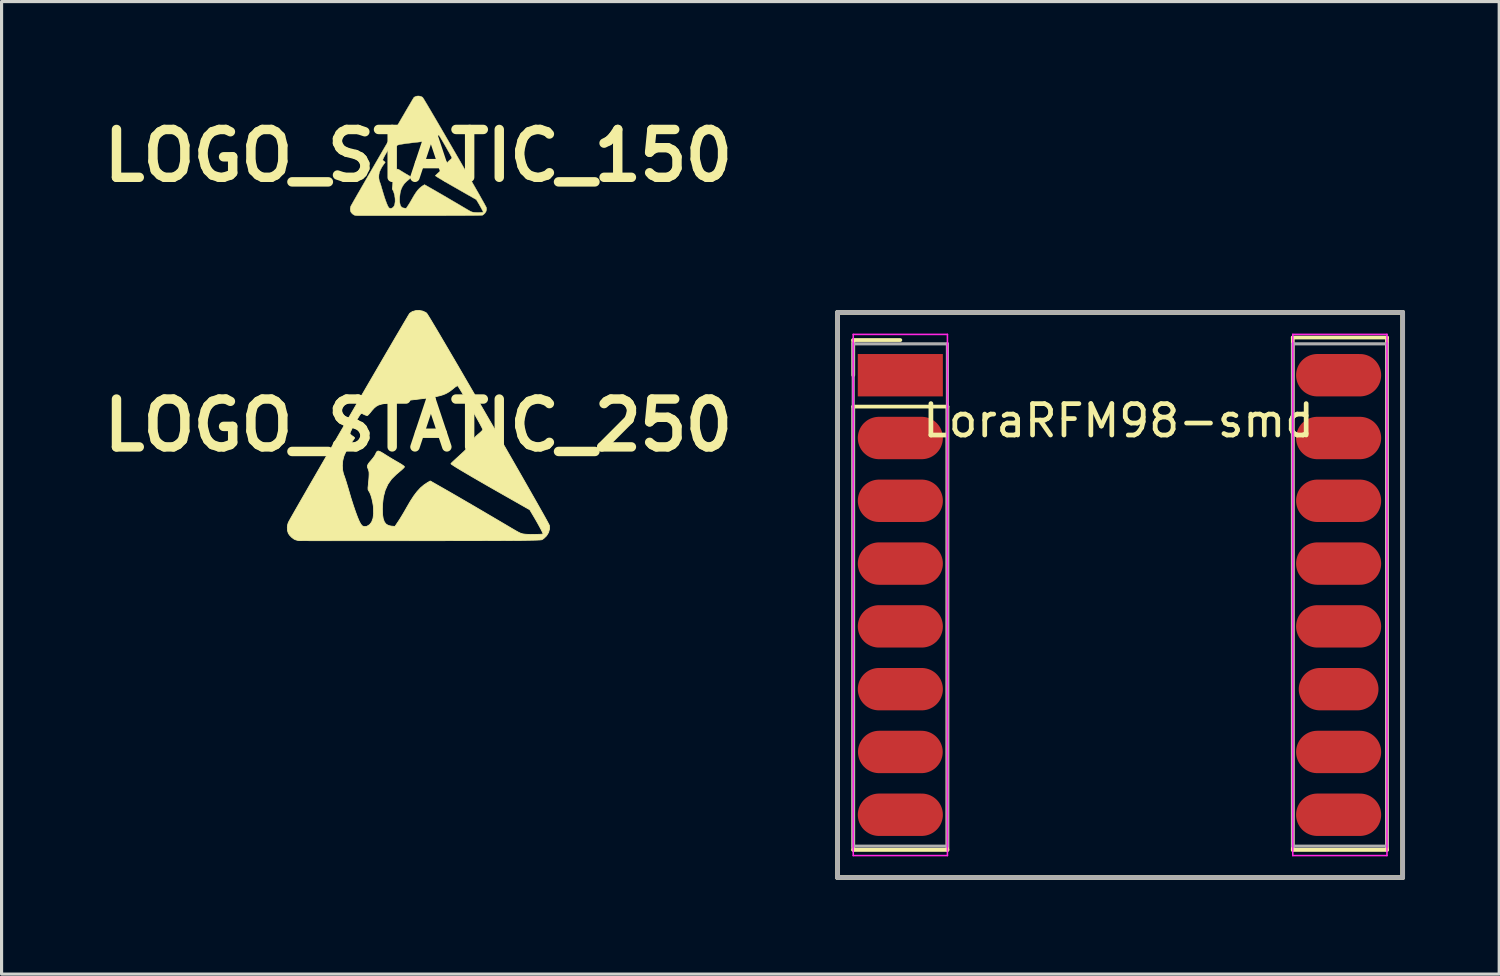
<source format=kicad_pcb>
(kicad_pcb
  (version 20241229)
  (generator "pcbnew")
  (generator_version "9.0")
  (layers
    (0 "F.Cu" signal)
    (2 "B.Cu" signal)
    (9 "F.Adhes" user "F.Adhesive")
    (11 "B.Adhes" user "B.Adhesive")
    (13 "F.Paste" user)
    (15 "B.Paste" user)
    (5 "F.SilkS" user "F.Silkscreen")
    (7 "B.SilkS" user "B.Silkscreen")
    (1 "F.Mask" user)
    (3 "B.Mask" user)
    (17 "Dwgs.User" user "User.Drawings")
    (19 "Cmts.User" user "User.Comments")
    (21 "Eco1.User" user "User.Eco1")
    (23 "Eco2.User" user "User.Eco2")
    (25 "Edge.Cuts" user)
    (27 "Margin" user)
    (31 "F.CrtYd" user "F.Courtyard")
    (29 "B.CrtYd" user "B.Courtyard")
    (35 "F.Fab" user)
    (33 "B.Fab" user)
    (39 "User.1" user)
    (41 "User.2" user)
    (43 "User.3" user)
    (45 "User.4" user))
  (footprint "LOGO_STATIC_250"
    (layer "F.Cu")
    (at 10.276 10.495)
    (property "Reference" "LOGO_STATIC_250" (at 0 0 0) (layer "F.SilkS") (effects (font (size 1.524 1.524) (thickness 0.3))))
    (attr through_hole)
    (fp_poly (pts (xy 4.177 3.303) (xy 4.146 3.415) (xy 4.083 3.52) (xy 3.993 3.607) (xy 3.973 3.62) (xy 3.973 3.462) (xy 3.968 3.442) (xy 3.944 3.391) (xy 3.907 3.317) (xy 3.858 3.226) (xy 3.803 3.126) (xy 3.744 3.022) (xy 3.69 2.929) (xy 3.549 2.692) (xy 2.849 2.294) (xy 2.513 2.103) (xy 2.21 1.93) (xy 1.941 1.775) (xy 1.706 1.639) (xy 1.506 1.521) (xy 1.34 1.423) (xy 1.21 1.344) (xy 1.116 1.284) (xy 1.058 1.245) (xy 1.037 1.225) (xy 1.037 1.225) (xy 1.052 1.206) (xy 1.094 1.165) (xy 1.157 1.106) (xy 1.236 1.034) (xy 1.295 0.981) (xy 1.464 0.824) (xy 1.597 0.683) (xy 1.694 0.559) (xy 1.753 0.453) (xy 1.755 0.45) (xy 1.784 0.406) (xy 1.836 0.349) (xy 1.903 0.289) (xy 1.917 0.277) (xy 1.98 0.223) (xy 2.028 0.176) (xy 2.052 0.144) (xy 2.053 0.138) (xy 2.043 0.111) (xy 2.014 0.052) (xy 1.969 -0.032) (xy 1.911 -0.138) (xy 1.843 -0.26) (xy 1.768 -0.394) (xy 1.688 -0.533) (xy 1.608 -0.673) (xy 1.528 -0.809) (xy 1.454 -0.936) (xy 1.386 -1.049) (xy 1.329 -1.142) (xy 1.286 -1.211) (xy 1.258 -1.251) (xy 1.251 -1.258) (xy 1.226 -1.252) (xy 1.18 -1.224) (xy 1.14 -1.193) (xy 1.068 -1.134) (xy 1.001 -1.083) (xy 0.934 -1.04) (xy 0.863 -1.003) (xy 0.784 -0.971) (xy 0.693 -0.943) (xy 0.585 -0.918) (xy 0.456 -0.894) (xy 0.301 -0.87) (xy 0.117 -0.846) (xy -0.102 -0.82) (xy -0.328 -0.793) (xy -0.484 -0.775) (xy -0.642 -0.755) (xy -0.791 -0.736) (xy -0.921 -0.718) (xy -1.022 -0.703) (xy -1.045 -0.699) (xy -1.171 -0.674) (xy -1.267 -0.645) (xy -1.343 -0.604) (xy -1.413 -0.545) (xy -1.487 -0.462) (xy -1.513 -0.429) (xy -1.561 -0.371) (xy -1.601 -0.328) (xy -1.622 -0.31) (xy -1.655 -0.313) (xy -1.706 -0.332) (xy -1.723 -0.34) (xy -1.775 -0.366) (xy -1.812 -0.38) (xy -1.818 -0.381) (xy -1.838 -0.363) (xy -1.873 -0.315) (xy -1.918 -0.244) (xy -1.97 -0.158) (xy -2.024 -0.063) (xy -2.076 0.032) (xy -2.121 0.12) (xy -2.156 0.193) (xy -2.177 0.245) (xy -2.18 0.262) (xy -2.164 0.292) (xy -2.122 0.328) (xy -2.106 0.339) (xy -2.06 0.371) (xy -2.034 0.397) (xy -2.032 0.402) (xy -2.044 0.427) (xy -2.076 0.473) (xy -2.117 0.527) (xy -2.212 0.663) (xy -2.299 0.817) (xy -2.367 0.97) (xy -2.383 1.016) (xy -2.412 1.144) (xy -2.423 1.285) (xy -2.414 1.424) (xy -2.388 1.545) (xy -2.376 1.577) (xy -2.355 1.632) (xy -2.326 1.719) (xy -2.291 1.829) (xy -2.254 1.952) (xy -2.224 2.053) (xy -2.149 2.311) (xy -2.074 2.546) (xy -2.003 2.754) (xy -1.937 2.931) (xy -1.885 3.054) (xy -1.835 3.149) (xy -1.785 3.206) (xy -1.729 3.23) (xy -1.662 3.224) (xy -1.638 3.217) (xy -1.553 3.167) (xy -1.488 3.082) (xy -1.445 2.966) (xy -1.425 2.819) (xy -1.428 2.646) (xy -1.435 2.572) (xy -1.457 2.44) (xy -1.486 2.316) (xy -1.52 2.208) (xy -1.556 2.127) (xy -1.579 2.093) (xy -1.602 2.05) (xy -1.604 1.987) (xy -1.601 1.964) (xy -1.594 1.901) (xy -1.585 1.812) (xy -1.577 1.712) (xy -1.574 1.677) (xy -1.569 1.576) (xy -1.57 1.505) (xy -1.579 1.451) (xy -1.596 1.402) (xy -1.598 1.396) (xy -1.619 1.341) (xy -1.622 1.294) (xy -1.604 1.246) (xy -1.562 1.186) (xy -1.495 1.108) (xy -1.439 1.04) (xy -1.392 0.973) (xy -1.366 0.926) (xy -1.339 0.867) (xy -1.312 0.832) (xy -1.277 0.821) (xy -1.229 0.835) (xy -1.16 0.872) (xy -1.074 0.926) (xy -0.968 0.992) (xy -0.844 1.068) (xy -0.721 1.14) (xy -0.661 1.174) (xy -0.577 1.223) (xy -0.507 1.268) (xy -0.461 1.302) (xy -0.445 1.32) (xy -0.448 1.333) (xy -0.462 1.351) (xy -0.49 1.379) (xy -0.536 1.422) (xy -0.607 1.482) (xy -0.705 1.565) (xy -0.709 1.568) (xy -0.857 1.715) (xy -0.973 1.882) (xy -1.059 2.073) (xy -1.116 2.289) (xy -1.144 2.534) (xy -1.148 2.669) (xy -1.142 2.842) (xy -1.12 2.978) (xy -1.083 3.08) (xy -1.026 3.151) (xy -0.95 3.194) (xy -0.86 3.213) (xy -0.745 3.222) (xy -0.638 3.063) (xy -0.586 2.983) (xy -0.522 2.878) (xy -0.453 2.762) (xy -0.387 2.647) (xy -0.379 2.632) (xy -0.258 2.424) (xy -0.146 2.251) (xy -0.039 2.11) (xy 0.067 1.995) (xy 0.175 1.903) (xy 0.279 1.833) (xy 0.379 1.775) (xy 0.84 2.038) (xy 1.015 2.138) (xy 1.224 2.259) (xy 1.468 2.401) (xy 1.745 2.562) (xy 2.054 2.743) (xy 2.394 2.943) (xy 2.764 3.161) (xy 3.006 3.304) (xy 3.111 3.365) (xy 3.189 3.408) (xy 3.25 3.437) (xy 3.302 3.455) (xy 3.356 3.465) (xy 3.42 3.472) (xy 3.44 3.473) (xy 3.51 3.477) (xy 3.599 3.478) (xy 3.696 3.478) (xy 3.792 3.476) (xy 3.876 3.473) (xy 3.94 3.469) (xy 3.972 3.463) (xy 3.973 3.462) (xy 3.973 3.62) (xy 3.937 3.643) (xy 3.925 3.647) (xy 3.901 3.65) (xy 3.864 3.654) (xy 3.812 3.656) (xy 3.743 3.659) (xy 3.656 3.661) (xy 3.549 3.663) (xy 3.42 3.665) (xy 3.268 3.667) (xy 3.09 3.668) (xy 2.885 3.67) (xy 2.652 3.671) (xy 2.389 3.672) (xy 2.093 3.673) (xy 1.764 3.674) (xy 1.399 3.674) (xy 0.998 3.675) (xy 0.557 3.676) (xy 0.076 3.676) (xy 0.042 3.676) (xy -0.358 3.677) (xy -0.747 3.677) (xy -1.122 3.677) (xy -1.482 3.677) (xy -1.825 3.677) (xy -2.147 3.677) (xy -2.448 3.677) (xy -2.725 3.677) (xy -2.975 3.676) (xy -3.197 3.676) (xy -3.389 3.676) (xy -3.549 3.675) (xy -3.673 3.675) (xy -3.761 3.674) (xy -3.81 3.673) (xy -3.821 3.673) (xy -3.856 3.663) (xy -3.9 3.653) (xy -3.964 3.624) (xy -4.035 3.57) (xy -4.1 3.503) (xy -4.142 3.442) (xy -4.168 3.357) (xy -4.174 3.253) (xy -4.16 3.152) (xy -4.138 3.09) (xy -4.113 3.045) (xy -4.07 2.967) (xy -4.008 2.858) (xy -3.93 2.721) (xy -3.836 2.557) (xy -3.729 2.37) (xy -3.608 2.161) (xy -3.477 1.932) (xy -3.335 1.687) (xy -3.184 1.426) (xy -3.026 1.152) (xy -2.862 0.868) (xy -2.693 0.576) (xy -2.52 0.277) (xy -2.344 -0.025) (xy -2.168 -0.328) (xy -1.992 -0.631) (xy -1.818 -0.931) (xy -1.647 -1.226) (xy -1.48 -1.513) (xy -1.318 -1.791) (xy -1.163 -2.057) (xy -1.017 -2.308) (xy -0.879 -2.543) (xy -0.753 -2.76) (xy -0.638 -2.955) (xy -0.537 -3.127) (xy -0.451 -3.274) (xy -0.38 -3.393) (xy -0.327 -3.483) (xy -0.292 -3.54) (xy -0.277 -3.563) (xy -0.277 -3.563) (xy -0.195 -3.619) (xy -0.09 -3.65) (xy 0.024 -3.656) (xy 0.135 -3.637) (xy 0.232 -3.593) (xy 0.263 -3.57) (xy 0.281 -3.544) (xy 0.319 -3.484) (xy 0.376 -3.392) (xy 0.449 -3.27) (xy 0.539 -3.12) (xy 0.643 -2.945) (xy 0.76 -2.746) (xy 0.889 -2.527) (xy 1.029 -2.288) (xy 1.178 -2.034) (xy 1.335 -1.765) (xy 1.498 -1.484) (xy 1.667 -1.193) (xy 1.84 -0.895) (xy 2.016 -0.591) (xy 2.193 -0.285) (xy 2.371 0.022) (xy 2.547 0.327) (xy 2.721 0.629) (xy 2.891 0.925) (xy 3.056 1.212) (xy 3.215 1.489) (xy 3.366 1.753) (xy 3.508 2.002) (xy 3.64 2.234) (xy 3.761 2.446) (xy 3.868 2.636) (xy 3.962 2.802) (xy 4.04 2.942) (xy 4.101 3.053) (xy 4.144 3.134) (xy 4.168 3.181) (xy 4.172 3.192) (xy 4.177 3.303)) (stroke (width 0.025) (type solid)) (fill yes) (layer "F.SilkS")))
  (footprint "LoraRFM98-smd"
    (layer "F.Cu")
    (at 25.627 8.901)
    (property "Reference" "LoraRFM98-smd" (at 6.95 1.45 0) (layer "F.SilkS") (effects (font (size 1 1) (thickness 0.15))))
    (attr through_hole)
    (fp_line (start -2 -2) (end 16 -2) (stroke (width 0.15) (type solid)) (layer "F.SilkS"))
    (fp_line (start -2 16) (end -2 -2) (stroke (width 0.15) (type solid)) (layer "F.SilkS"))
    (fp_line (start -1.5 -1.12) (end 0 -1.12) (stroke (width 0.12) (type solid)) (layer "F.SilkS"))
    (fp_line (start -1.5 0) (end -1.5 -1.12) (stroke (width 0.12) (type solid)) (layer "F.SilkS"))
    (fp_line (start -1.5 1) (end -1.5 15.12) (stroke (width 0.12) (type solid)) (layer "F.SilkS"))
    (fp_line (start -1.5 15.12) (end 1.5 15.12) (stroke (width 0.12) (type solid)) (layer "F.SilkS"))
    (fp_line (start 1.5 1) (end -1.5 1) (stroke (width 0.12) (type solid)) (layer "F.SilkS"))
    (fp_line (start 1.5 15.12) (end 1.5 1) (stroke (width 0.12) (type solid)) (layer "F.SilkS"))
    (fp_line (start 12.5 -1.2) (end 12.5 15.12) (stroke (width 0.12) (type solid)) (layer "F.SilkS"))
    (fp_line (start 12.5 15.12) (end 15.5 15.12) (stroke (width 0.12) (type solid)) (layer "F.SilkS"))
    (fp_line (start 15.5 -1.2) (end 12.5 -1.2) (stroke (width 0.12) (type solid)) (layer "F.SilkS"))
    (fp_line (start 15.5 15.12) (end 15.5 -1.2) (stroke (width 0.12) (type solid)) (layer "F.SilkS"))
    (fp_line (start 16 -2) (end 16 16) (stroke (width 0.15) (type solid)) (layer "F.SilkS"))
    (fp_line (start 16 16) (end -2 16) (stroke (width 0.15) (type solid)) (layer "F.SilkS"))
    (fp_line (start -1.5 -1.3) (end -1.5 15.3) (stroke (width 0.05) (type solid)) (layer "F.CrtYd"))
    (fp_line (start -1.5 15.3) (end 1.5 15.3) (stroke (width 0.05) (type solid)) (layer "F.CrtYd"))
    (fp_line (start 1.5 -1.3) (end -1.5 -1.3) (stroke (width 0.05) (type solid)) (layer "F.CrtYd"))
    (fp_line (start 1.5 15.3) (end 1.5 -1.3) (stroke (width 0.05) (type solid)) (layer "F.CrtYd"))
    (fp_line (start 12.5 -1.3) (end 12.5 15.3) (stroke (width 0.05) (type solid)) (layer "F.CrtYd"))
    (fp_line (start 12.5 15.3) (end 15.5 15.3) (stroke (width 0.05) (type solid)) (layer "F.CrtYd"))
    (fp_line (start 15.5 -1.3) (end 12.5 -1.3) (stroke (width 0.05) (type solid)) (layer "F.CrtYd"))
    (fp_line (start 15.5 15.3) (end 15.5 -1.3) (stroke (width 0.05) (type solid)) (layer "F.CrtYd"))
    (fp_line (start -2 -2) (end 16 -2) (stroke (width 0.15) (type solid)) (layer "F.Fab"))
    (fp_line (start -2 16) (end -2 -2) (stroke (width 0.15) (type solid)) (layer "F.Fab"))
    (fp_line (start -1.5 -1) (end -1.5 15) (stroke (width 0.1) (type solid)) (layer "F.Fab"))
    (fp_line (start -1.5 15) (end 1.5 15) (stroke (width 0.1) (type solid)) (layer "F.Fab"))
    (fp_line (start 1.5 -1) (end -1.5 -1) (stroke (width 0.1) (type solid)) (layer "F.Fab"))
    (fp_line (start 1.5 15) (end 1.5 -1) (stroke (width 0.1) (type solid)) (layer "F.Fab"))
    (fp_line (start 12.5 -1) (end 12.5 15) (stroke (width 0.1) (type solid)) (layer "F.Fab"))
    (fp_line (start 12.5 15) (end 15.5 15) (stroke (width 0.1) (type solid)) (layer "F.Fab"))
    (fp_line (start 15.5 -1) (end 12.5 -1) (stroke (width 0.1) (type solid)) (layer "F.Fab"))
    (fp_line (start 15.5 15) (end 15.5 -1) (stroke (width 0.1) (type solid)) (layer "F.Fab"))
    (fp_line (start 16 -2) (end 16 16) (stroke (width 0.15) (type solid)) (layer "F.Fab"))
    (fp_line (start 16 16) (end -2 16) (stroke (width 0.15) (type solid)) (layer "F.Fab"))
    (pad "1" smd rect (at 0 0) (size 2.71 1.35) (layers "F.Cu" "F.Mask" "F.Paste"))
    (pad "2" smd oval (at 0 2) (size 2.71 1.35) (layers "F.Cu" "F.Mask" "F.Paste"))
    (pad "3" smd oval (at 0 4) (size 2.71 1.35) (layers "F.Cu" "F.Mask" "F.Paste"))
    (pad "4" smd oval (at 0 6) (size 2.71 1.35) (layers "F.Cu" "F.Mask" "F.Paste"))
    (pad "5" smd oval (at 0 8) (size 2.71 1.35) (layers "F.Cu" "F.Mask" "F.Paste"))
    (pad "6" smd oval (at 0 10) (size 2.71 1.35) (layers "F.Cu" "F.Mask" "F.Paste"))
    (pad "7" smd oval (at 0 12) (size 2.7 1.35) (layers "F.Cu" "F.Mask" "F.Paste"))
    (pad "8" smd oval (at 0 14) (size 2.71 1.35) (layers "F.Cu" "F.Mask" "F.Paste"))
    (pad "9" smd oval (at 13.96 14) (size 2.71 1.35) (layers "F.Cu" "F.Mask" "F.Paste"))
    (pad "10" smd oval (at 13.96 12) (size 2.71 1.35) (layers "F.Cu" "F.Mask" "F.Paste"))
    (pad "11" smd oval (at 13.96 10) (size 2.54 1.35) (layers "F.Cu" "F.Mask" "F.Paste"))
    (pad "12" smd oval (at 13.96 8) (size 2.71 1.35) (layers "F.Cu" "F.Mask" "F.Paste"))
    (pad "13" smd oval (at 13.96 6) (size 2.71 1.35) (layers "F.Cu" "F.Mask" "F.Paste"))
    (pad "14" smd oval (at 13.96 4) (size 2.71 1.35) (layers "F.Cu" "F.Mask" "F.Paste"))
    (pad "15" smd oval (at 13.96 2) (size 2.71 1.35) (layers "F.Cu" "F.Mask" "F.Paste"))
    (pad "16" smd oval (at 13.96 0) (size 2.71 1.35) (layers "F.Cu" "F.Mask" "F.Paste")))
  (footprint "LOGO_STATIC_150"
    (layer "F.Cu")
    (at 10.276 1.908)
    (property "Reference" "LOGO_STATIC_150" (at 0 0 0) (layer "F.SilkS") (effects (font (size 1.524 1.524) (thickness 0.3))))
    (attr through_hole)
    (fp_poly (pts (xy 2.172 1.718) (xy 2.156 1.776) (xy 2.123 1.83) (xy 2.076 1.876) (xy 2.066 1.882) (xy 2.066 1.8) (xy 2.063 1.79) (xy 2.051 1.763) (xy 2.031 1.725) (xy 2.006 1.678) (xy 1.977 1.625) (xy 1.947 1.571) (xy 1.919 1.523) (xy 1.845 1.4) (xy 1.481 1.193) (xy 1.307 1.093) (xy 1.149 1.003) (xy 1.009 0.923) (xy 0.887 0.852) (xy 0.783 0.791) (xy 0.697 0.74) (xy 0.629 0.699) (xy 0.58 0.668) (xy 0.55 0.647) (xy 0.539 0.637) (xy 0.539 0.637) (xy 0.547 0.627) (xy 0.569 0.606) (xy 0.601 0.575) (xy 0.642 0.538) (xy 0.673 0.51) (xy 0.761 0.428) (xy 0.83 0.355) (xy 0.881 0.29) (xy 0.912 0.235) (xy 0.912 0.234) (xy 0.927 0.211) (xy 0.955 0.182) (xy 0.989 0.15) (xy 0.997 0.144) (xy 1.03 0.116) (xy 1.054 0.091) (xy 1.067 0.075) (xy 1.068 0.072) (xy 1.062 0.058) (xy 1.047 0.027) (xy 1.024 -0.017) (xy 0.994 -0.072) (xy 0.958 -0.135) (xy 0.919 -0.205) (xy 0.878 -0.277) (xy 0.836 -0.35) (xy 0.795 -0.421) (xy 0.756 -0.487) (xy 0.721 -0.545) (xy 0.691 -0.594) (xy 0.669 -0.63) (xy 0.654 -0.65) (xy 0.651 -0.654) (xy 0.637 -0.651) (xy 0.614 -0.637) (xy 0.593 -0.62) (xy 0.555 -0.59) (xy 0.52 -0.563) (xy 0.486 -0.541) (xy 0.449 -0.522) (xy 0.408 -0.505) (xy 0.36 -0.49) (xy 0.304 -0.477) (xy 0.237 -0.465) (xy 0.156 -0.453) (xy 0.061 -0.44) (xy -0.053 -0.426) (xy -0.171 -0.413) (xy -0.252 -0.403) (xy -0.334 -0.393) (xy -0.411 -0.383) (xy -0.479 -0.373) (xy -0.532 -0.365) (xy -0.543 -0.363) (xy -0.609 -0.351) (xy -0.659 -0.335) (xy -0.699 -0.314) (xy -0.735 -0.284) (xy -0.773 -0.24) (xy -0.787 -0.223) (xy -0.812 -0.193) (xy -0.832 -0.171) (xy -0.844 -0.161) (xy -0.861 -0.163) (xy -0.887 -0.173) (xy -0.896 -0.177) (xy -0.923 -0.19) (xy -0.942 -0.198) (xy -0.945 -0.198) (xy -0.956 -0.189) (xy -0.974 -0.164) (xy -0.997 -0.127) (xy -1.024 -0.082) (xy -1.052 -0.033) (xy -1.079 0.016) (xy -1.103 0.062) (xy -1.121 0.101) (xy -1.132 0.127) (xy -1.134 0.136) (xy -1.125 0.152) (xy -1.103 0.171) (xy -1.095 0.176) (xy -1.071 0.193) (xy -1.058 0.206) (xy -1.057 0.209) (xy -1.063 0.222) (xy -1.08 0.246) (xy -1.101 0.274) (xy -1.15 0.345) (xy -1.195 0.425) (xy -1.231 0.504) (xy -1.239 0.528) (xy -1.254 0.595) (xy -1.26 0.668) (xy -1.255 0.741) (xy -1.242 0.804) (xy -1.235 0.82) (xy -1.225 0.849) (xy -1.209 0.894) (xy -1.191 0.951) (xy -1.172 1.015) (xy -1.157 1.068) (xy -1.117 1.201) (xy -1.079 1.324) (xy -1.042 1.432) (xy -1.007 1.524) (xy -0.98 1.588) (xy -0.954 1.637) (xy -0.928 1.667) (xy -0.899 1.679) (xy -0.864 1.676) (xy -0.852 1.673) (xy -0.807 1.647) (xy -0.774 1.603) (xy -0.752 1.542) (xy -0.741 1.466) (xy -0.742 1.376) (xy -0.746 1.337) (xy -0.757 1.269) (xy -0.773 1.204) (xy -0.79 1.148) (xy -0.809 1.106) (xy -0.821 1.088) (xy -0.833 1.066) (xy -0.834 1.033) (xy -0.832 1.021) (xy -0.829 0.989) (xy -0.824 0.942) (xy -0.82 0.89) (xy -0.819 0.872) (xy -0.816 0.819) (xy -0.816 0.782) (xy -0.821 0.754) (xy -0.83 0.729) (xy -0.831 0.726) (xy -0.842 0.698) (xy -0.843 0.673) (xy -0.834 0.648) (xy -0.812 0.617) (xy -0.777 0.576) (xy -0.748 0.541) (xy -0.724 0.506) (xy -0.71 0.482) (xy -0.696 0.451) (xy -0.682 0.433) (xy -0.664 0.427) (xy -0.639 0.434) (xy -0.603 0.454) (xy -0.559 0.481) (xy -0.503 0.516) (xy -0.439 0.555) (xy -0.375 0.593) (xy -0.344 0.61) (xy -0.3 0.636) (xy -0.264 0.659) (xy -0.24 0.677) (xy -0.231 0.686) (xy -0.233 0.693) (xy -0.24 0.703) (xy -0.255 0.717) (xy -0.279 0.739) (xy -0.316 0.771) (xy -0.367 0.814) (xy -0.369 0.815) (xy -0.446 0.892) (xy -0.506 0.979) (xy -0.551 1.078) (xy -0.58 1.19) (xy -0.595 1.318) (xy -0.597 1.388) (xy -0.594 1.478) (xy -0.583 1.548) (xy -0.563 1.602) (xy -0.534 1.639) (xy -0.494 1.661) (xy -0.447 1.671) (xy -0.388 1.676) (xy -0.332 1.593) (xy -0.305 1.551) (xy -0.271 1.497) (xy -0.236 1.436) (xy -0.201 1.376) (xy -0.197 1.368) (xy -0.134 1.26) (xy -0.076 1.171) (xy -0.02 1.097) (xy 0.035 1.038) (xy 0.091 0.99) (xy 0.145 0.953) (xy 0.197 0.923) (xy 0.437 1.06) (xy 0.528 1.112) (xy 0.637 1.175) (xy 0.763 1.248) (xy 0.907 1.332) (xy 1.068 1.427) (xy 1.245 1.53) (xy 1.437 1.644) (xy 1.563 1.718) (xy 1.618 1.75) (xy 1.658 1.772) (xy 1.69 1.787) (xy 1.717 1.796) (xy 1.745 1.802) (xy 1.778 1.805) (xy 1.789 1.806) (xy 1.825 1.808) (xy 1.872 1.809) (xy 1.922 1.809) (xy 1.972 1.808) (xy 2.016 1.806) (xy 2.049 1.804) (xy 2.065 1.801) (xy 2.066 1.8) (xy 2.066 1.882) (xy 2.047 1.895) (xy 2.041 1.896) (xy 2.029 1.898) (xy 2.009 1.9) (xy 1.982 1.901) (xy 1.947 1.903) (xy 1.901 1.904) (xy 1.845 1.905) (xy 1.778 1.906) (xy 1.699 1.907) (xy 1.607 1.908) (xy 1.5 1.908) (xy 1.379 1.909) (xy 1.242 1.909) (xy 1.088 1.91) (xy 0.917 1.91) (xy 0.728 1.911) (xy 0.519 1.911) (xy 0.29 1.911) (xy 0.039 1.912) (xy 0.022 1.912) (xy -0.186 1.912) (xy -0.388 1.912) (xy -0.584 1.912) (xy -0.771 1.912) (xy -0.949 1.912) (xy -1.117 1.912) (xy -1.273 1.912) (xy -1.417 1.912) (xy -1.547 1.912) (xy -1.663 1.912) (xy -1.762 1.911) (xy -1.845 1.911) (xy -1.91 1.911) (xy -1.956 1.91) (xy -1.981 1.91) (xy -1.987 1.91) (xy -2.005 1.905) (xy -2.028 1.899) (xy -2.061 1.884) (xy -2.098 1.857) (xy -2.132 1.822) (xy -2.154 1.79) (xy -2.168 1.745) (xy -2.171 1.692) (xy -2.163 1.639) (xy -2.152 1.607) (xy -2.139 1.583) (xy -2.116 1.543) (xy -2.084 1.486) (xy -2.044 1.415) (xy -1.995 1.33) (xy -1.939 1.232) (xy -1.876 1.124) (xy -1.808 1.005) (xy -1.734 0.877) (xy -1.656 0.741) (xy -1.574 0.599) (xy -1.488 0.451) (xy -1.4 0.299) (xy -1.31 0.144) (xy -1.219 -0.013) (xy -1.128 -0.171) (xy -1.036 -0.328) (xy -0.945 -0.484) (xy -0.856 -0.638) (xy -0.769 -0.787) (xy -0.685 -0.931) (xy -0.605 -1.069) (xy -0.529 -1.2) (xy -0.457 -1.322) (xy -0.392 -1.435) (xy -0.332 -1.537) (xy -0.279 -1.626) (xy -0.234 -1.703) (xy -0.198 -1.765) (xy -0.17 -1.811) (xy -0.152 -1.841) (xy -0.144 -1.853) (xy -0.144 -1.853) (xy -0.101 -1.882) (xy -0.047 -1.898) (xy 0.012 -1.901) (xy 0.07 -1.891) (xy 0.121 -1.868) (xy 0.137 -1.856) (xy 0.146 -1.843) (xy 0.166 -1.812) (xy 0.195 -1.764) (xy 0.234 -1.7) (xy 0.28 -1.623) (xy 0.334 -1.531) (xy 0.395 -1.428) (xy 0.462 -1.314) (xy 0.535 -1.19) (xy 0.612 -1.058) (xy 0.694 -0.918) (xy 0.779 -0.772) (xy 0.867 -0.62) (xy 0.957 -0.465) (xy 1.048 -0.308) (xy 1.141 -0.148) (xy 1.233 0.011) (xy 1.325 0.17) (xy 1.415 0.327) (xy 1.503 0.481) (xy 1.589 0.63) (xy 1.672 0.774) (xy 1.75 0.912) (xy 1.824 1.041) (xy 1.893 1.161) (xy 1.956 1.272) (xy 2.011 1.371) (xy 2.06 1.457) (xy 2.101 1.53) (xy 2.132 1.588) (xy 2.155 1.63) (xy 2.167 1.654) (xy 2.169 1.66) (xy 2.172 1.718)) (stroke (width 0.013) (type solid)) (fill yes) (layer "F.SilkS")))
  (gr_rect
    (start -3 -3)
    (end 44.702 27.976)
    (stroke (width 0.1) (type default))
    (fill no)
    (layer "Edge.Cuts")))
</source>
